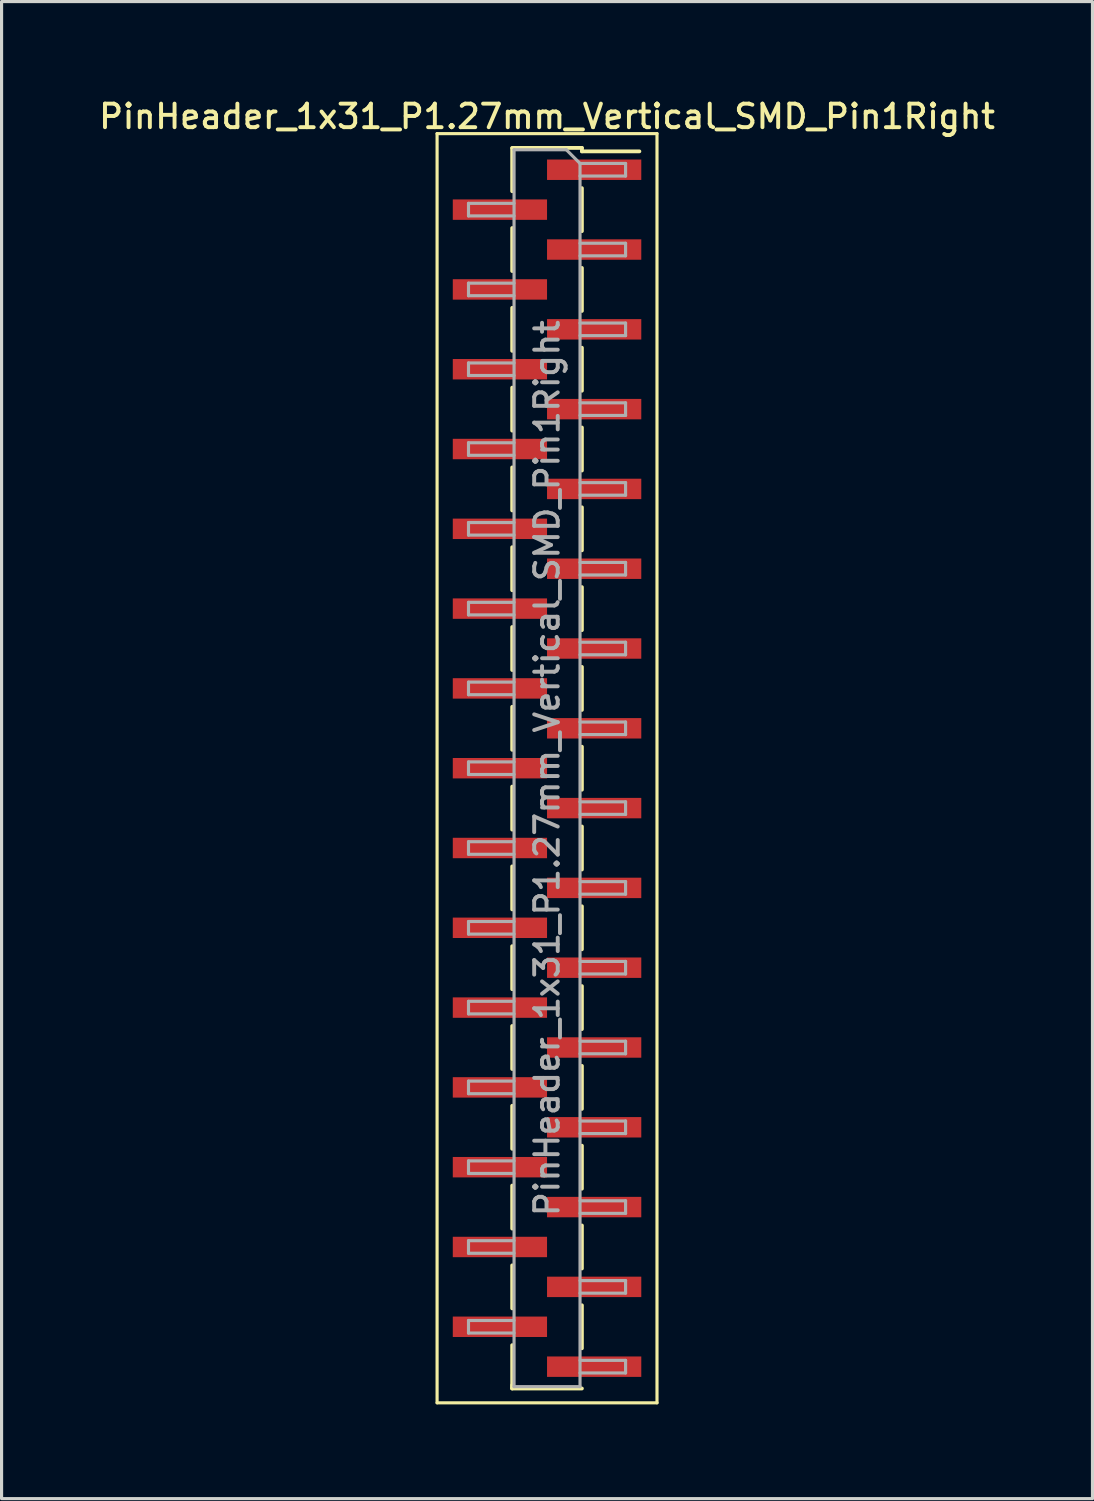
<source format=kicad_pcb>
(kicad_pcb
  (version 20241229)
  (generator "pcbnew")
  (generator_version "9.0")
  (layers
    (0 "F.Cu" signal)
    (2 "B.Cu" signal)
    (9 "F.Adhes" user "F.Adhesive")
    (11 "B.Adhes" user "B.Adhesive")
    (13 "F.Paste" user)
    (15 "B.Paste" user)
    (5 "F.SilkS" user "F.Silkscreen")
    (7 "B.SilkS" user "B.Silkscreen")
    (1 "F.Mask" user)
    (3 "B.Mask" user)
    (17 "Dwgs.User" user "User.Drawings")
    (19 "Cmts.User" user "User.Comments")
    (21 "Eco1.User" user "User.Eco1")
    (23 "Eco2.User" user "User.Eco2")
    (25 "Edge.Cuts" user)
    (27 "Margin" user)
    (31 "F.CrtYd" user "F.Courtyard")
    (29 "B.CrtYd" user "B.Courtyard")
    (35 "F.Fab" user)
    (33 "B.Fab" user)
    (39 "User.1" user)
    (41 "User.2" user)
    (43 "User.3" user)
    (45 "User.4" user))
  (footprint "PinHeader_1x31_P1.27mm_Vertical_SMD_Pin1Right"
    (layer "F.Cu")
    (at 14.363 21.403)
    (property "Reference" "PinHeader_1x31_P1.27mm_Vertical_SMD_Pin1Right" (at 0 -20.745 0) (layer "F.SilkS") (effects (font (size 0.75 0.75) (thickness 0.125))))
    (attr smd)
    (fp_line (start -3.5 -20.2) (end -3.5 20.2) (stroke (width 0.1) (type solid)) (layer "F.SilkS"))
    (fp_line (start -3.5 20.2) (end 3.5 20.2) (stroke (width 0.1) (type solid)) (layer "F.SilkS"))
    (fp_line (start -1.11 -19.745) (end 1.11 -19.745) (stroke (width 0.12) (type solid)) (layer "F.SilkS"))
    (fp_line (start -1.11 -19.735) (end -1.11 -18.365) (stroke (width 0.12) (type solid)) (layer "F.SilkS"))
    (fp_line (start -1.11 -17.195) (end -1.11 -15.825) (stroke (width 0.12) (type solid)) (layer "F.SilkS"))
    (fp_line (start -1.11 -14.655) (end -1.11 -13.285) (stroke (width 0.12) (type solid)) (layer "F.SilkS"))
    (fp_line (start -1.11 -12.115) (end -1.11 -10.745) (stroke (width 0.12) (type solid)) (layer "F.SilkS"))
    (fp_line (start -1.11 -9.575) (end -1.11 -8.205) (stroke (width 0.12) (type solid)) (layer "F.SilkS"))
    (fp_line (start -1.11 -7.035) (end -1.11 -5.665) (stroke (width 0.12) (type solid)) (layer "F.SilkS"))
    (fp_line (start -1.11 -4.495) (end -1.11 -3.125) (stroke (width 0.12) (type solid)) (layer "F.SilkS"))
    (fp_line (start -1.11 -1.955) (end -1.11 -0.585) (stroke (width 0.12) (type solid)) (layer "F.SilkS"))
    (fp_line (start -1.11 0.585) (end -1.11 1.955) (stroke (width 0.12) (type solid)) (layer "F.SilkS"))
    (fp_line (start -1.11 3.125) (end -1.11 4.495) (stroke (width 0.12) (type solid)) (layer "F.SilkS"))
    (fp_line (start -1.11 5.665) (end -1.11 7.035) (stroke (width 0.12) (type solid)) (layer "F.SilkS"))
    (fp_line (start -1.11 8.205) (end -1.11 9.575) (stroke (width 0.12) (type solid)) (layer "F.SilkS"))
    (fp_line (start -1.11 10.745) (end -1.11 12.115) (stroke (width 0.12) (type solid)) (layer "F.SilkS"))
    (fp_line (start -1.11 13.285) (end -1.11 14.655) (stroke (width 0.12) (type solid)) (layer "F.SilkS"))
    (fp_line (start -1.11 15.825) (end -1.11 17.195) (stroke (width 0.12) (type solid)) (layer "F.SilkS"))
    (fp_line (start -1.11 18.365) (end -1.11 19.735) (stroke (width 0.12) (type solid)) (layer "F.SilkS"))
    (fp_line (start -1.11 19.635) (end -1.11 19.745) (stroke (width 0.12) (type solid)) (layer "F.SilkS"))
    (fp_line (start -1.11 19.745) (end 1.11 19.745) (stroke (width 0.12) (type solid)) (layer "F.SilkS"))
    (fp_line (start 1.11 -19.745) (end 1.11 -19.635) (stroke (width 0.12) (type solid)) (layer "F.SilkS"))
    (fp_line (start 1.11 -19.635) (end 2.94 -19.635) (stroke (width 0.12) (type solid)) (layer "F.SilkS"))
    (fp_line (start 1.11 -18.465) (end 1.11 -17.095) (stroke (width 0.12) (type solid)) (layer "F.SilkS"))
    (fp_line (start 1.11 -15.925) (end 1.11 -14.555) (stroke (width 0.12) (type solid)) (layer "F.SilkS"))
    (fp_line (start 1.11 -13.385) (end 1.11 -12.015) (stroke (width 0.12) (type solid)) (layer "F.SilkS"))
    (fp_line (start 1.11 -10.845) (end 1.11 -9.475) (stroke (width 0.12) (type solid)) (layer "F.SilkS"))
    (fp_line (start 1.11 -8.305) (end 1.11 -6.935) (stroke (width 0.12) (type solid)) (layer "F.SilkS"))
    (fp_line (start 1.11 -5.765) (end 1.11 -4.395) (stroke (width 0.12) (type solid)) (layer "F.SilkS"))
    (fp_line (start 1.11 -3.225) (end 1.11 -1.855) (stroke (width 0.12) (type solid)) (layer "F.SilkS"))
    (fp_line (start 1.11 -0.685) (end 1.11 0.685) (stroke (width 0.12) (type solid)) (layer "F.SilkS"))
    (fp_line (start 1.11 1.855) (end 1.11 3.225) (stroke (width 0.12) (type solid)) (layer "F.SilkS"))
    (fp_line (start 1.11 4.395) (end 1.11 5.765) (stroke (width 0.12) (type solid)) (layer "F.SilkS"))
    (fp_line (start 1.11 6.935) (end 1.11 8.305) (stroke (width 0.12) (type solid)) (layer "F.SilkS"))
    (fp_line (start 1.11 9.475) (end 1.11 10.845) (stroke (width 0.12) (type solid)) (layer "F.SilkS"))
    (fp_line (start 1.11 12.015) (end 1.11 13.385) (stroke (width 0.12) (type solid)) (layer "F.SilkS"))
    (fp_line (start 1.11 14.555) (end 1.11 15.925) (stroke (width 0.12) (type solid)) (layer "F.SilkS"))
    (fp_line (start 1.11 17.095) (end 1.11 18.465) (stroke (width 0.12) (type solid)) (layer "F.SilkS"))
    (fp_line (start 3.5 -20.2) (end -3.5 -20.2) (stroke (width 0.1) (type solid)) (layer "F.SilkS"))
    (fp_line (start 3.5 20.2) (end 3.5 -20.2) (stroke (width 0.1) (type solid)) (layer "F.SilkS"))
    (fp_line (start -2.5 -17.98) (end -2.5 -17.58) (stroke (width 0.1) (type solid)) (layer "F.Fab"))
    (fp_line (start -2.5 -17.58) (end -1.05 -17.58) (stroke (width 0.1) (type solid)) (layer "F.Fab"))
    (fp_line (start -2.5 -15.44) (end -2.5 -15.04) (stroke (width 0.1) (type solid)) (layer "F.Fab"))
    (fp_line (start -2.5 -15.04) (end -1.05 -15.04) (stroke (width 0.1) (type solid)) (layer "F.Fab"))
    (fp_line (start -2.5 -12.9) (end -2.5 -12.5) (stroke (width 0.1) (type solid)) (layer "F.Fab"))
    (fp_line (start -2.5 -12.5) (end -1.05 -12.5) (stroke (width 0.1) (type solid)) (layer "F.Fab"))
    (fp_line (start -2.5 -10.36) (end -2.5 -9.96) (stroke (width 0.1) (type solid)) (layer "F.Fab"))
    (fp_line (start -2.5 -9.96) (end -1.05 -9.96) (stroke (width 0.1) (type solid)) (layer "F.Fab"))
    (fp_line (start -2.5 -7.82) (end -2.5 -7.42) (stroke (width 0.1) (type solid)) (layer "F.Fab"))
    (fp_line (start -2.5 -7.42) (end -1.05 -7.42) (stroke (width 0.1) (type solid)) (layer "F.Fab"))
    (fp_line (start -2.5 -5.28) (end -2.5 -4.88) (stroke (width 0.1) (type solid)) (layer "F.Fab"))
    (fp_line (start -2.5 -4.88) (end -1.05 -4.88) (stroke (width 0.1) (type solid)) (layer "F.Fab"))
    (fp_line (start -2.5 -2.74) (end -2.5 -2.34) (stroke (width 0.1) (type solid)) (layer "F.Fab"))
    (fp_line (start -2.5 -2.34) (end -1.05 -2.34) (stroke (width 0.1) (type solid)) (layer "F.Fab"))
    (fp_line (start -2.5 -0.2) (end -2.5 0.2) (stroke (width 0.1) (type solid)) (layer "F.Fab"))
    (fp_line (start -2.5 0.2) (end -1.05 0.2) (stroke (width 0.1) (type solid)) (layer "F.Fab"))
    (fp_line (start -2.5 2.34) (end -2.5 2.74) (stroke (width 0.1) (type solid)) (layer "F.Fab"))
    (fp_line (start -2.5 2.74) (end -1.05 2.74) (stroke (width 0.1) (type solid)) (layer "F.Fab"))
    (fp_line (start -2.5 4.88) (end -2.5 5.28) (stroke (width 0.1) (type solid)) (layer "F.Fab"))
    (fp_line (start -2.5 5.28) (end -1.05 5.28) (stroke (width 0.1) (type solid)) (layer "F.Fab"))
    (fp_line (start -2.5 7.42) (end -2.5 7.82) (stroke (width 0.1) (type solid)) (layer "F.Fab"))
    (fp_line (start -2.5 7.82) (end -1.05 7.82) (stroke (width 0.1) (type solid)) (layer "F.Fab"))
    (fp_line (start -2.5 9.96) (end -2.5 10.36) (stroke (width 0.1) (type solid)) (layer "F.Fab"))
    (fp_line (start -2.5 10.36) (end -1.05 10.36) (stroke (width 0.1) (type solid)) (layer "F.Fab"))
    (fp_line (start -2.5 12.5) (end -2.5 12.9) (stroke (width 0.1) (type solid)) (layer "F.Fab"))
    (fp_line (start -2.5 12.9) (end -1.05 12.9) (stroke (width 0.1) (type solid)) (layer "F.Fab"))
    (fp_line (start -2.5 15.04) (end -2.5 15.44) (stroke (width 0.1) (type solid)) (layer "F.Fab"))
    (fp_line (start -2.5 15.44) (end -1.05 15.44) (stroke (width 0.1) (type solid)) (layer "F.Fab"))
    (fp_line (start -2.5 17.58) (end -2.5 17.98) (stroke (width 0.1) (type solid)) (layer "F.Fab"))
    (fp_line (start -2.5 17.98) (end -1.05 17.98) (stroke (width 0.1) (type solid)) (layer "F.Fab"))
    (fp_line (start -1.05 -19.685) (end -1.05 19.685) (stroke (width 0.1) (type solid)) (layer "F.Fab"))
    (fp_line (start -1.05 -19.685) (end 0.615 -19.685) (stroke (width 0.1) (type solid)) (layer "F.Fab"))
    (fp_line (start -1.05 -17.98) (end -2.5 -17.98) (stroke (width 0.1) (type solid)) (layer "F.Fab"))
    (fp_line (start -1.05 -15.44) (end -2.5 -15.44) (stroke (width 0.1) (type solid)) (layer "F.Fab"))
    (fp_line (start -1.05 -12.9) (end -2.5 -12.9) (stroke (width 0.1) (type solid)) (layer "F.Fab"))
    (fp_line (start -1.05 -10.36) (end -2.5 -10.36) (stroke (width 0.1) (type solid)) (layer "F.Fab"))
    (fp_line (start -1.05 -7.82) (end -2.5 -7.82) (stroke (width 0.1) (type solid)) (layer "F.Fab"))
    (fp_line (start -1.05 -5.28) (end -2.5 -5.28) (stroke (width 0.1) (type solid)) (layer "F.Fab"))
    (fp_line (start -1.05 -2.74) (end -2.5 -2.74) (stroke (width 0.1) (type solid)) (layer "F.Fab"))
    (fp_line (start -1.05 -0.2) (end -2.5 -0.2) (stroke (width 0.1) (type solid)) (layer "F.Fab"))
    (fp_line (start -1.05 2.34) (end -2.5 2.34) (stroke (width 0.1) (type solid)) (layer "F.Fab"))
    (fp_line (start -1.05 4.88) (end -2.5 4.88) (stroke (width 0.1) (type solid)) (layer "F.Fab"))
    (fp_line (start -1.05 7.42) (end -2.5 7.42) (stroke (width 0.1) (type solid)) (layer "F.Fab"))
    (fp_line (start -1.05 9.96) (end -2.5 9.96) (stroke (width 0.1) (type solid)) (layer "F.Fab"))
    (fp_line (start -1.05 12.5) (end -2.5 12.5) (stroke (width 0.1) (type solid)) (layer "F.Fab"))
    (fp_line (start -1.05 15.04) (end -2.5 15.04) (stroke (width 0.1) (type solid)) (layer "F.Fab"))
    (fp_line (start -1.05 17.58) (end -2.5 17.58) (stroke (width 0.1) (type solid)) (layer "F.Fab"))
    (fp_line (start 1.05 -19.25) (end 0.615 -19.685) (stroke (width 0.1) (type solid)) (layer "F.Fab"))
    (fp_line (start 1.05 -19.25) (end 2.5 -19.25) (stroke (width 0.1) (type solid)) (layer "F.Fab"))
    (fp_line (start 1.05 -16.71) (end 2.5 -16.71) (stroke (width 0.1) (type solid)) (layer "F.Fab"))
    (fp_line (start 1.05 -14.17) (end 2.5 -14.17) (stroke (width 0.1) (type solid)) (layer "F.Fab"))
    (fp_line (start 1.05 -11.63) (end 2.5 -11.63) (stroke (width 0.1) (type solid)) (layer "F.Fab"))
    (fp_line (start 1.05 -9.09) (end 2.5 -9.09) (stroke (width 0.1) (type solid)) (layer "F.Fab"))
    (fp_line (start 1.05 -6.55) (end 2.5 -6.55) (stroke (width 0.1) (type solid)) (layer "F.Fab"))
    (fp_line (start 1.05 -4.01) (end 2.5 -4.01) (stroke (width 0.1) (type solid)) (layer "F.Fab"))
    (fp_line (start 1.05 -1.47) (end 2.5 -1.47) (stroke (width 0.1) (type solid)) (layer "F.Fab"))
    (fp_line (start 1.05 1.07) (end 2.5 1.07) (stroke (width 0.1) (type solid)) (layer "F.Fab"))
    (fp_line (start 1.05 3.61) (end 2.5 3.61) (stroke (width 0.1) (type solid)) (layer "F.Fab"))
    (fp_line (start 1.05 6.15) (end 2.5 6.15) (stroke (width 0.1) (type solid)) (layer "F.Fab"))
    (fp_line (start 1.05 8.69) (end 2.5 8.69) (stroke (width 0.1) (type solid)) (layer "F.Fab"))
    (fp_line (start 1.05 11.23) (end 2.5 11.23) (stroke (width 0.1) (type solid)) (layer "F.Fab"))
    (fp_line (start 1.05 13.77) (end 2.5 13.77) (stroke (width 0.1) (type solid)) (layer "F.Fab"))
    (fp_line (start 1.05 16.31) (end 2.5 16.31) (stroke (width 0.1) (type solid)) (layer "F.Fab"))
    (fp_line (start 1.05 18.85) (end 2.5 18.85) (stroke (width 0.1) (type solid)) (layer "F.Fab"))
    (fp_line (start 1.05 19.685) (end -1.05 19.685) (stroke (width 0.1) (type solid)) (layer "F.Fab"))
    (fp_line (start 1.05 19.685) (end 1.05 -19.25) (stroke (width 0.1) (type solid)) (layer "F.Fab"))
    (fp_line (start 2.5 -19.25) (end 2.5 -18.85) (stroke (width 0.1) (type solid)) (layer "F.Fab"))
    (fp_line (start 2.5 -18.85) (end 1.05 -18.85) (stroke (width 0.1) (type solid)) (layer "F.Fab"))
    (fp_line (start 2.5 -16.71) (end 2.5 -16.31) (stroke (width 0.1) (type solid)) (layer "F.Fab"))
    (fp_line (start 2.5 -16.31) (end 1.05 -16.31) (stroke (width 0.1) (type solid)) (layer "F.Fab"))
    (fp_line (start 2.5 -14.17) (end 2.5 -13.77) (stroke (width 0.1) (type solid)) (layer "F.Fab"))
    (fp_line (start 2.5 -13.77) (end 1.05 -13.77) (stroke (width 0.1) (type solid)) (layer "F.Fab"))
    (fp_line (start 2.5 -11.63) (end 2.5 -11.23) (stroke (width 0.1) (type solid)) (layer "F.Fab"))
    (fp_line (start 2.5 -11.23) (end 1.05 -11.23) (stroke (width 0.1) (type solid)) (layer "F.Fab"))
    (fp_line (start 2.5 -9.09) (end 2.5 -8.69) (stroke (width 0.1) (type solid)) (layer "F.Fab"))
    (fp_line (start 2.5 -8.69) (end 1.05 -8.69) (stroke (width 0.1) (type solid)) (layer "F.Fab"))
    (fp_line (start 2.5 -6.55) (end 2.5 -6.15) (stroke (width 0.1) (type solid)) (layer "F.Fab"))
    (fp_line (start 2.5 -6.15) (end 1.05 -6.15) (stroke (width 0.1) (type solid)) (layer "F.Fab"))
    (fp_line (start 2.5 -4.01) (end 2.5 -3.61) (stroke (width 0.1) (type solid)) (layer "F.Fab"))
    (fp_line (start 2.5 -3.61) (end 1.05 -3.61) (stroke (width 0.1) (type solid)) (layer "F.Fab"))
    (fp_line (start 2.5 -1.47) (end 2.5 -1.07) (stroke (width 0.1) (type solid)) (layer "F.Fab"))
    (fp_line (start 2.5 -1.07) (end 1.05 -1.07) (stroke (width 0.1) (type solid)) (layer "F.Fab"))
    (fp_line (start 2.5 1.07) (end 2.5 1.47) (stroke (width 0.1) (type solid)) (layer "F.Fab"))
    (fp_line (start 2.5 1.47) (end 1.05 1.47) (stroke (width 0.1) (type solid)) (layer "F.Fab"))
    (fp_line (start 2.5 3.61) (end 2.5 4.01) (stroke (width 0.1) (type solid)) (layer "F.Fab"))
    (fp_line (start 2.5 4.01) (end 1.05 4.01) (stroke (width 0.1) (type solid)) (layer "F.Fab"))
    (fp_line (start 2.5 6.15) (end 2.5 6.55) (stroke (width 0.1) (type solid)) (layer "F.Fab"))
    (fp_line (start 2.5 6.55) (end 1.05 6.55) (stroke (width 0.1) (type solid)) (layer "F.Fab"))
    (fp_line (start 2.5 8.69) (end 2.5 9.09) (stroke (width 0.1) (type solid)) (layer "F.Fab"))
    (fp_line (start 2.5 9.09) (end 1.05 9.09) (stroke (width 0.1) (type solid)) (layer "F.Fab"))
    (fp_line (start 2.5 11.23) (end 2.5 11.63) (stroke (width 0.1) (type solid)) (layer "F.Fab"))
    (fp_line (start 2.5 11.63) (end 1.05 11.63) (stroke (width 0.1) (type solid)) (layer "F.Fab"))
    (fp_line (start 2.5 13.77) (end 2.5 14.17) (stroke (width 0.1) (type solid)) (layer "F.Fab"))
    (fp_line (start 2.5 14.17) (end 1.05 14.17) (stroke (width 0.1) (type solid)) (layer "F.Fab"))
    (fp_line (start 2.5 16.31) (end 2.5 16.71) (stroke (width 0.1) (type solid)) (layer "F.Fab"))
    (fp_line (start 2.5 16.71) (end 1.05 16.71) (stroke (width 0.1) (type solid)) (layer "F.Fab"))
    (fp_line (start 2.5 18.85) (end 2.5 19.25) (stroke (width 0.1) (type solid)) (layer "F.Fab"))
    (fp_line (start 2.5 19.25) (end 1.05 19.25) (stroke (width 0.1) (type solid)) (layer "F.Fab"))
    (fp_text user "${REFERENCE}" (at 0 0 90) (layer "F.Fab") (effects (font (size 0.75 0.75) (thickness 0.125))))
    (pad "1" smd rect (at 1.5 -19.05) (size 3 0.65) (layers "F.Cu" "F.Mask" "F.Paste"))
    (pad "2" smd rect (at -1.5 -17.78) (size 3 0.65) (layers "F.Cu" "F.Mask" "F.Paste"))
    (pad "3" smd rect (at 1.5 -16.51) (size 3 0.65) (layers "F.Cu" "F.Mask" "F.Paste"))
    (pad "4" smd rect (at -1.5 -15.24) (size 3 0.65) (layers "F.Cu" "F.Mask" "F.Paste"))
    (pad "5" smd rect (at 1.5 -13.97) (size 3 0.65) (layers "F.Cu" "F.Mask" "F.Paste"))
    (pad "6" smd rect (at -1.5 -12.7) (size 3 0.65) (layers "F.Cu" "F.Mask" "F.Paste"))
    (pad "7" smd rect (at 1.5 -11.43) (size 3 0.65) (layers "F.Cu" "F.Mask" "F.Paste"))
    (pad "8" smd rect (at -1.5 -10.16) (size 3 0.65) (layers "F.Cu" "F.Mask" "F.Paste"))
    (pad "9" smd rect (at 1.5 -8.89) (size 3 0.65) (layers "F.Cu" "F.Mask" "F.Paste"))
    (pad "10" smd rect (at -1.5 -7.62) (size 3 0.65) (layers "F.Cu" "F.Mask" "F.Paste"))
    (pad "11" smd rect (at 1.5 -6.35) (size 3 0.65) (layers "F.Cu" "F.Mask" "F.Paste"))
    (pad "12" smd rect (at -1.5 -5.08) (size 3 0.65) (layers "F.Cu" "F.Mask" "F.Paste"))
    (pad "13" smd rect (at 1.5 -3.81) (size 3 0.65) (layers "F.Cu" "F.Mask" "F.Paste"))
    (pad "14" smd rect (at -1.5 -2.54) (size 3 0.65) (layers "F.Cu" "F.Mask" "F.Paste"))
    (pad "15" smd rect (at 1.5 -1.27) (size 3 0.65) (layers "F.Cu" "F.Mask" "F.Paste"))
    (pad "16" smd rect (at -1.5 0) (size 3 0.65) (layers "F.Cu" "F.Mask" "F.Paste"))
    (pad "17" smd rect (at 1.5 1.27) (size 3 0.65) (layers "F.Cu" "F.Mask" "F.Paste"))
    (pad "18" smd rect (at -1.5 2.54) (size 3 0.65) (layers "F.Cu" "F.Mask" "F.Paste"))
    (pad "19" smd rect (at 1.5 3.81) (size 3 0.65) (layers "F.Cu" "F.Mask" "F.Paste"))
    (pad "20" smd rect (at -1.5 5.08) (size 3 0.65) (layers "F.Cu" "F.Mask" "F.Paste"))
    (pad "21" smd rect (at 1.5 6.35) (size 3 0.65) (layers "F.Cu" "F.Mask" "F.Paste"))
    (pad "22" smd rect (at -1.5 7.62) (size 3 0.65) (layers "F.Cu" "F.Mask" "F.Paste"))
    (pad "23" smd rect (at 1.5 8.89) (size 3 0.65) (layers "F.Cu" "F.Mask" "F.Paste"))
    (pad "24" smd rect (at -1.5 10.16) (size 3 0.65) (layers "F.Cu" "F.Mask" "F.Paste"))
    (pad "25" smd rect (at 1.5 11.43) (size 3 0.65) (layers "F.Cu" "F.Mask" "F.Paste"))
    (pad "26" smd rect (at -1.5 12.7) (size 3 0.65) (layers "F.Cu" "F.Mask" "F.Paste"))
    (pad "27" smd rect (at 1.5 13.97) (size 3 0.65) (layers "F.Cu" "F.Mask" "F.Paste"))
    (pad "28" smd rect (at -1.5 15.24) (size 3 0.65) (layers "F.Cu" "F.Mask" "F.Paste"))
    (pad "29" smd rect (at 1.5 16.51) (size 3 0.65) (layers "F.Cu" "F.Mask" "F.Paste"))
    (pad "30" smd rect (at -1.5 17.78) (size 3 0.65) (layers "F.Cu" "F.Mask" "F.Paste"))
    (pad "31" smd rect (at 1.5 19.05) (size 3 0.65) (layers "F.Cu" "F.Mask" "F.Paste")))
  (gr_rect
    (start -3 -3)
    (end 31.725 44.653)
    (stroke (width 0.1) (type default))
    (fill no)
    (layer "Edge.Cuts")))
</source>
